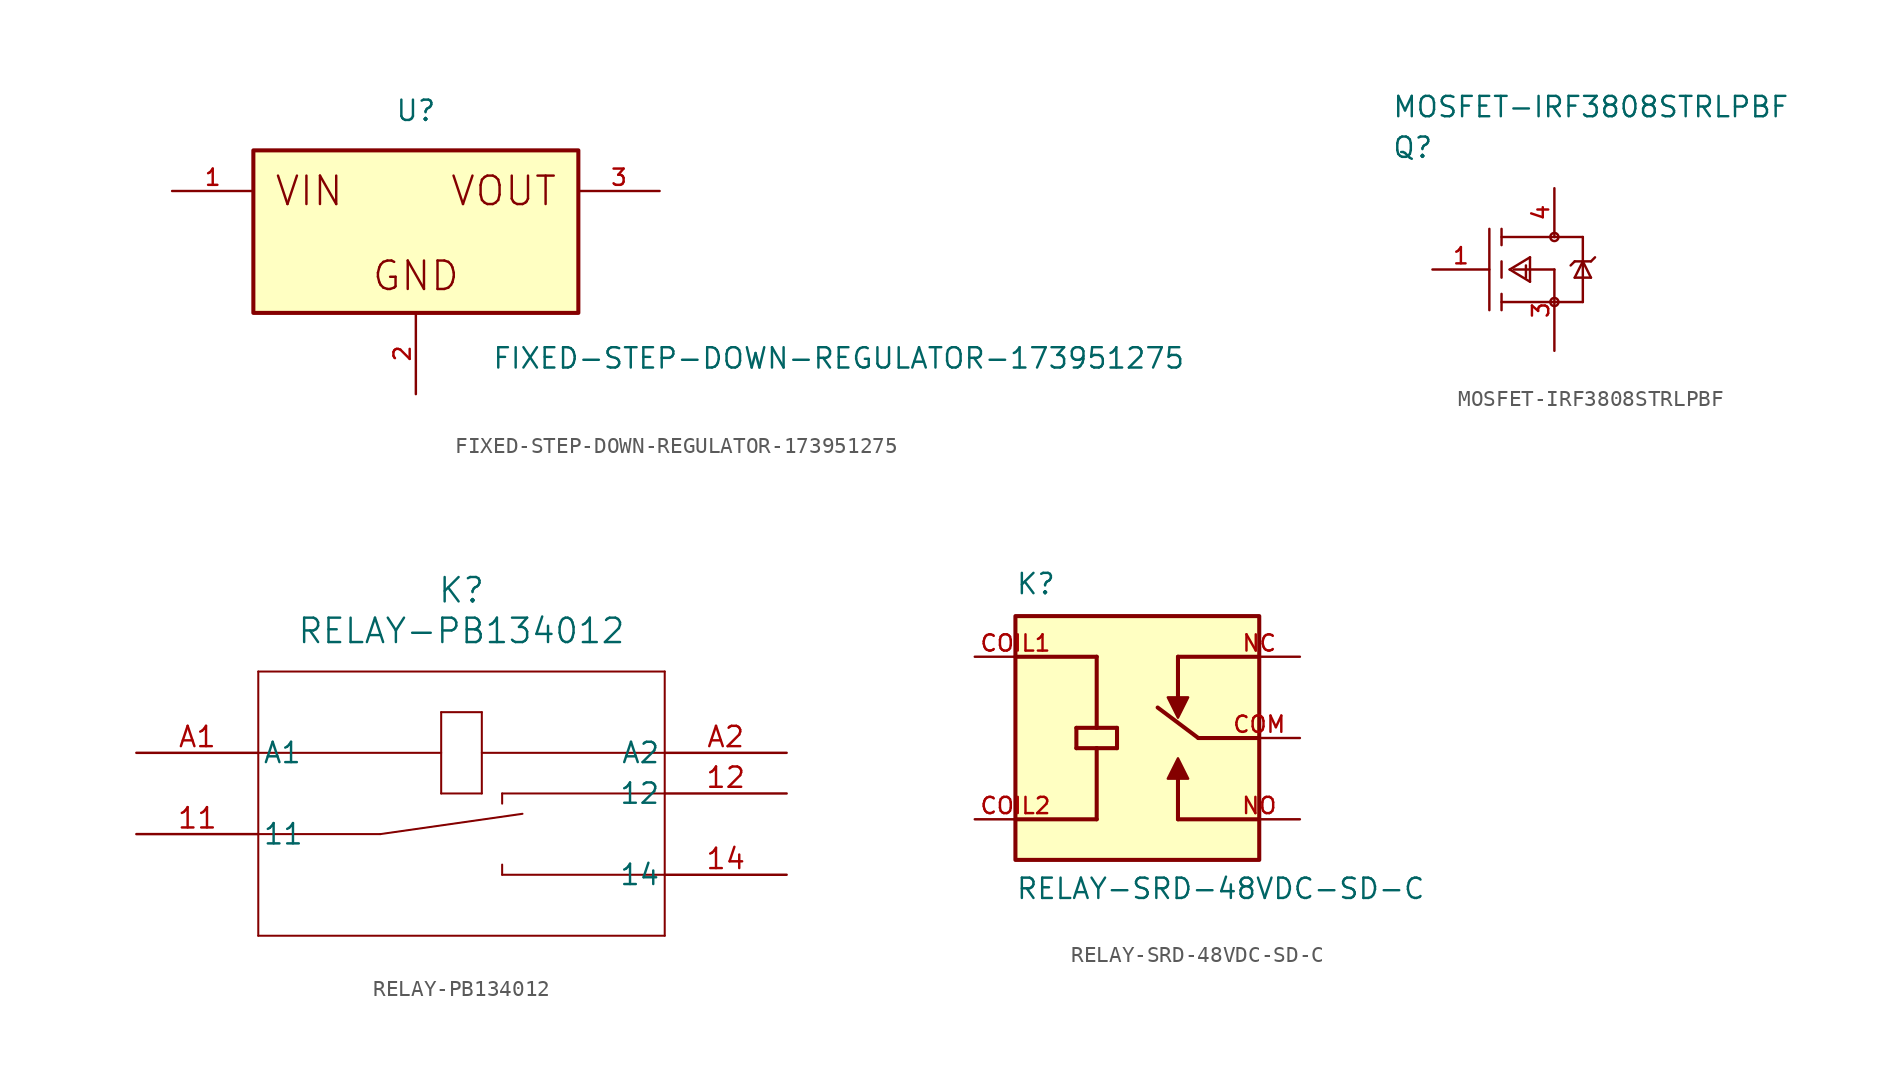
<source format=kicad_sym>
(kicad_symbol_lib
  (version 20241209)
  (generator "kicad_symbol_editor")
  (generator_version "9.0")
  (symbol "FIXED-STEP-DOWN-REGULATOR-173951275"
    (pin_names
      (offset 1.016))
    (property "Reference" "U"
      (at 0 6.82 0)
      (effects (font (size 1.27 1.27)) (justify bottom)))
    (property "Value" "FIXED-STEP-DOWN-REGULATOR-173951275"
      (at 4.75 -8.66 0)
      (effects (font (size 1.27 1.27)) (justify left bottom)))
    (symbol "FIXED-STEP-DOWN-REGULATOR-173951275_0_0"
      (rectangle (start -10.16 -5.08) (end 10.16 5.08) (stroke (width 0.254) (type default)) (fill (type background)))
      (text "VIN" (at -8.89 2.54 0) (effects (font (size 1.778 1.778)) (justify left)))
      (text "GND" (at 0 -3.81 0) (effects (font (size 1.778 1.778)) (justify bottom)))
      (text "VOUT" (at 8.89 2.54 0) (effects (font (size 1.778 1.778)) (justify right)))
      (pin passive line (at -15.24 2.54 0) (length 5.08) (name "~" (effects (font (size 1.016 1.016)))) (number "1" (effects (font (size 1.016 1.016)))))
      (pin passive line (at 0 -10.16 90) (length 5.08) (name "~" (effects (font (size 1.016 1.016)))) (number "2" (effects (font (size 1.016 1.016)))))
      (pin passive line (at 15.24 2.54 180) (length 5.08) (name "~" (effects (font (size 1.016 1.016)))) (number "3" (effects (font (size 1.016 1.016)))))))
  (symbol "MOSFET-IRF3808STRLPBF"
    (pin_names
      (offset 1.016))
    (property "Reference" "Q"
      (at 0 7.62 0)
      (effects (font (size 1.27 1.27)) (justify left)))
    (property "Value" "MOSFET-IRF3808STRLPBF"
      (at 0 10.16 0)
      (effects (font (size 1.27 1.27)) (justify left)))
    (symbol "MOSFET-IRF3808STRLPBF_1_1"
      (polyline (pts (xy 6.096 -2.54) (xy 6.096 2.54)) (stroke (width 0) (type solid)) (fill (type none)))
      (polyline (pts (xy 6.858 2.032) (xy 10.16 2.032)) (stroke (width 0) (type solid)) (fill (type none)))
      (polyline (pts (xy 6.858 1.524) (xy 6.858 2.54)) (stroke (width 0) (type solid)) (fill (type none)))
      (polyline (pts (xy 6.858 0.508) (xy 6.858 -0.508)) (stroke (width 0) (type solid)) (fill (type none)))
      (polyline (pts (xy 6.858 -1.524) (xy 6.858 -2.54)) (stroke (width 0) (type solid)) (fill (type none)))
      (polyline (pts (xy 6.858 -2.032) (xy 10.16 -2.032)) (stroke (width 0) (type solid)) (fill (type none)))
      (polyline (pts (xy 7.366 0) (xy 8.636 0.762)) (stroke (width 0) (type solid)) (fill (type none)))
      (polyline (pts (xy 7.366 0) (xy 8.636 -0.762)) (stroke (width 0) (type solid)) (fill (type none)))
      (polyline (pts (xy 7.62 0) (xy 10.16 0)) (stroke (width 0) (type solid)) (fill (type none)))
      (polyline (pts (xy 8.382 0.254) (xy 8.382 -0.508)) (stroke (width 0) (type solid)) (fill (type none)))
      (polyline (pts (xy 8.636 0.762) (xy 8.636 -0.762)) (stroke (width 0) (type solid)) (fill (type none)))
      (circle (center 10.16 2.032) (radius 0.254) (stroke (width 0) (type solid)) (fill (type none)))
      (polyline (pts (xy 10.16 -2.032) (xy 11.938 -2.032)) (stroke (width 0) (type solid)) (fill (type none)))
      (circle (center 10.16 -2.032) (radius 0.254) (stroke (width 0) (type solid)) (fill (type none)))
      (polyline (pts (xy 11.43 0.508) (xy 11.176 0.254)) (stroke (width 0) (type solid)) (fill (type none)))
      (polyline (pts (xy 11.43 -0.508) (xy 12.446 -0.508)) (stroke (width 0) (type solid)) (fill (type none)))
      (polyline (pts (xy 11.938 2.032) (xy 10.16 2.032)) (stroke (width 0) (type solid)) (fill (type none)))
      (polyline (pts (xy 11.938 0.508) (xy 11.43 0.508)) (stroke (width 0) (type solid)) (fill (type none)))
      (polyline (pts (xy 11.938 0.508) (xy 11.43 -0.508)) (stroke (width 0) (type solid)) (fill (type none)))
      (polyline (pts (xy 11.938 0.508) (xy 12.446 0.508)) (stroke (width 0) (type solid)) (fill (type none)))
      (polyline (pts (xy 11.938 -2.032) (xy 11.938 2.032)) (stroke (width 0) (type solid)) (fill (type none)))
      (polyline (pts (xy 12.446 0.508) (xy 12.7 0.762)) (stroke (width 0) (type solid)) (fill (type none)))
      (polyline (pts (xy 12.446 -0.508) (xy 11.938 0.508)) (stroke (width 0) (type solid)) (fill (type none)))
      (pin passive line (at 2.54 0 0) (length 3.556) (name "G" (effects (font (size 0 0)))) (number "1" (effects (font (size 1.016 1.016)))))
      (pin passive line (at 10.16 5.08 270) (length 3.048) (name "D" (effects (font (size 0 0)))) (number "4" (effects (font (size 1.016 1.016)))))
      (pin passive line (at 10.16 -5.08 90) (length 5.08) (name "S" (effects (font (size 0 0)))) (number "3" (effects (font (size 1.016 1.016)))))))
  (symbol "RELAY-PB134012"
    (pin_names
      (offset 0.254))
    (property "Reference" "K"
      (at 20.32 10.16 0)
      (effects (font (size 1.524 1.524))))
    (property "Value" "RELAY-PB134012"
      (at 20.32 7.62 0)
      (effects (font (size 1.524 1.524))))
    (symbol "RELAY-PB134012_0_1"
      (polyline (pts (xy 7.62 5.08) (xy 7.62 -11.43)) (stroke (width 0.127) (type default)) (fill (type none)))
      (polyline (pts (xy 7.62 0) (xy 19.05 0)) (stroke (width 0.127) (type default)) (fill (type none)))
      (polyline (pts (xy 7.62 -11.43) (xy 33.02 -11.43)) (stroke (width 0.127) (type default)) (fill (type none)))
      (polyline (pts (xy 15.24 -5.08) (xy 7.62 -5.08)) (stroke (width 0.127) (type default)) (fill (type none)))
      (polyline (pts (xy 19.05 2.54) (xy 19.05 -2.54)) (stroke (width 0.127) (type default)) (fill (type none)))
      (polyline (pts (xy 19.05 -2.54) (xy 21.59 -2.54)) (stroke (width 0.127) (type default)) (fill (type none)))
      (polyline (pts (xy 21.59 2.54) (xy 19.05 2.54)) (stroke (width 0.127) (type default)) (fill (type none)))
      (polyline (pts (xy 21.59 0) (xy 33.02 0)) (stroke (width 0.127) (type default)) (fill (type none)))
      (polyline (pts (xy 21.59 -2.54) (xy 21.59 2.54)) (stroke (width 0.127) (type default)) (fill (type none)))
      (polyline (pts (xy 22.86 -2.54) (xy 22.86 -3.175)) (stroke (width 0.127) (type default)) (fill (type none)))
      (polyline (pts (xy 22.86 -6.985) (xy 22.86 -7.62)) (stroke (width 0.127) (type default)) (fill (type none)))
      (polyline (pts (xy 22.86 -7.62) (xy 33.02 -7.62)) (stroke (width 0.127) (type default)) (fill (type none)))
      (polyline (pts (xy 24.13 -3.81) (xy 15.24 -5.08)) (stroke (width 0.127) (type default)) (fill (type none)))
      (polyline (pts (xy 33.02 5.08) (xy 7.62 5.08)) (stroke (width 0.127) (type default)) (fill (type none)))
      (polyline (pts (xy 33.02 -2.54) (xy 22.86 -2.54)) (stroke (width 0.127) (type default)) (fill (type none)))
      (polyline (pts (xy 33.02 -11.43) (xy 33.02 5.08)) (stroke (width 0.127) (type default)) (fill (type none))))
    (symbol "RELAY-PB134012_1_1"
      (pin passive line (at 0 0 0) (length 7.62) (name "A1" (effects (font (size 1.27 1.27)))) (number "A1" (effects (font (size 1.27 1.27)))))
      (pin passive line (at 0 -5.08 0) (length 7.62) (name "11" (effects (font (size 1.27 1.27)))) (number "11" (effects (font (size 1.27 1.27)))))
      (pin passive line (at 40.64 0 180) (length 7.62) (name "A2" (effects (font (size 1.27 1.27)))) (number "A2" (effects (font (size 1.27 1.27)))))
      (pin passive line (at 40.64 -2.54 180) (length 7.62) (name "12" (effects (font (size 1.27 1.27)))) (number "12" (effects (font (size 1.27 1.27)))))
      (pin passive line (at 40.64 -7.62 180) (length 7.62) (name "14" (effects (font (size 1.27 1.27)))) (number "14" (effects (font (size 1.27 1.27)))))))
  (symbol "RELAY-SRD-48VDC-SD-C"
    (pin_names
      (offset 1.016))
    (property "Reference" "K"
      (at -7.62 8.89 0)
      (effects (font (size 1.27 1.27)) (justify left bottom)))
    (property "Value" "RELAY-SRD-48VDC-SD-C"
      (at -7.62 -10.16 0)
      (effects (font (size 1.27 1.27)) (justify left bottom)))
    (symbol "RELAY-SRD-48VDC-SD-C_0_0"
      (polyline (pts (xy -7.62 5.08) (xy -2.54 5.08)) (stroke (width 0.254) (type default)) (fill (type none)))
      (polyline (pts (xy -7.62 -5.08) (xy -2.54 -5.08)) (stroke (width 0.254) (type default)) (fill (type none)))
      (rectangle (start -7.62 -7.62) (end 7.62 7.62) (stroke (width 0.254) (type default)) (fill (type background)))
      (polyline (pts (xy -3.81 0.635) (xy -2.54 0.635)) (stroke (width 0.254) (type default)) (fill (type none)))
      (polyline (pts (xy -3.81 -0.635) (xy -3.81 0.635)) (stroke (width 0.254) (type default)) (fill (type none)))
      (polyline (pts (xy -2.54 5.08) (xy -2.54 0.635)) (stroke (width 0.254) (type default)) (fill (type none)))
      (polyline (pts (xy -2.54 0.635) (xy -1.27 0.635)) (stroke (width 0.254) (type default)) (fill (type none)))
      (polyline (pts (xy -2.54 -0.635) (xy -3.81 -0.635)) (stroke (width 0.254) (type default)) (fill (type none)))
      (polyline (pts (xy -2.54 -0.635) (xy -2.54 -5.08)) (stroke (width 0.254) (type default)) (fill (type none)))
      (polyline (pts (xy -1.27 0.635) (xy -1.27 -0.635)) (stroke (width 0.254) (type default)) (fill (type none)))
      (polyline (pts (xy -1.27 -0.635) (xy -2.54 -0.635)) (stroke (width 0.254) (type default)) (fill (type none)))
      (polyline (pts (xy 1.905 -2.54) (xy 3.175 -2.54) (xy 2.54 -1.27) (xy 1.905 -2.54)) (stroke (width 0.152) (type default)) (fill (type outline)))
      (polyline (pts (xy 2.54 5.08) (xy 2.54 2.54)) (stroke (width 0.254) (type default)) (fill (type none)))
      (polyline (pts (xy 2.54 5.08) (xy 7.62 5.08)) (stroke (width 0.254) (type default)) (fill (type none)))
      (polyline (pts (xy 2.54 -5.08) (xy 2.54 -2.54)) (stroke (width 0.254) (type default)) (fill (type none)))
      (polyline (pts (xy 3.175 2.54) (xy 1.905 2.54) (xy 2.54 1.27) (xy 3.175 2.54)) (stroke (width 0.152) (type default)) (fill (type outline)))
      (polyline (pts (xy 3.81 0) (xy 1.27 1.905)) (stroke (width 0.254) (type default)) (fill (type none)))
      (polyline (pts (xy 7.62 0) (xy 3.81 0)) (stroke (width 0.254) (type default)) (fill (type none)))
      (polyline (pts (xy 7.62 -5.08) (xy 2.54 -5.08)) (stroke (width 0.254) (type default)) (fill (type none)))
      (pin passive line (at -10.16 5.08 0) (length 5.08) (name "~" (effects (font (size 1.016 1.016)))) (number "COIL1" (effects (font (size 1.016 1.016)))))
      (pin passive line (at -10.16 -5.08 0) (length 5.08) (name "~" (effects (font (size 1.016 1.016)))) (number "COIL2" (effects (font (size 1.016 1.016)))))
      (pin passive line (at 10.16 5.08 180) (length 5.08) (name "~" (effects (font (size 1.016 1.016)))) (number "NC" (effects (font (size 1.016 1.016)))))
      (pin passive line (at 10.16 0 180) (length 5.08) (name "~" (effects (font (size 1.016 1.016)))) (number "COM" (effects (font (size 1.016 1.016)))))
      (pin passive line (at 10.16 -5.08 180) (length 5.08) (name "~" (effects (font (size 1.016 1.016)))) (number "NO" (effects (font (size 1.016 1.016))))))))
</source>
